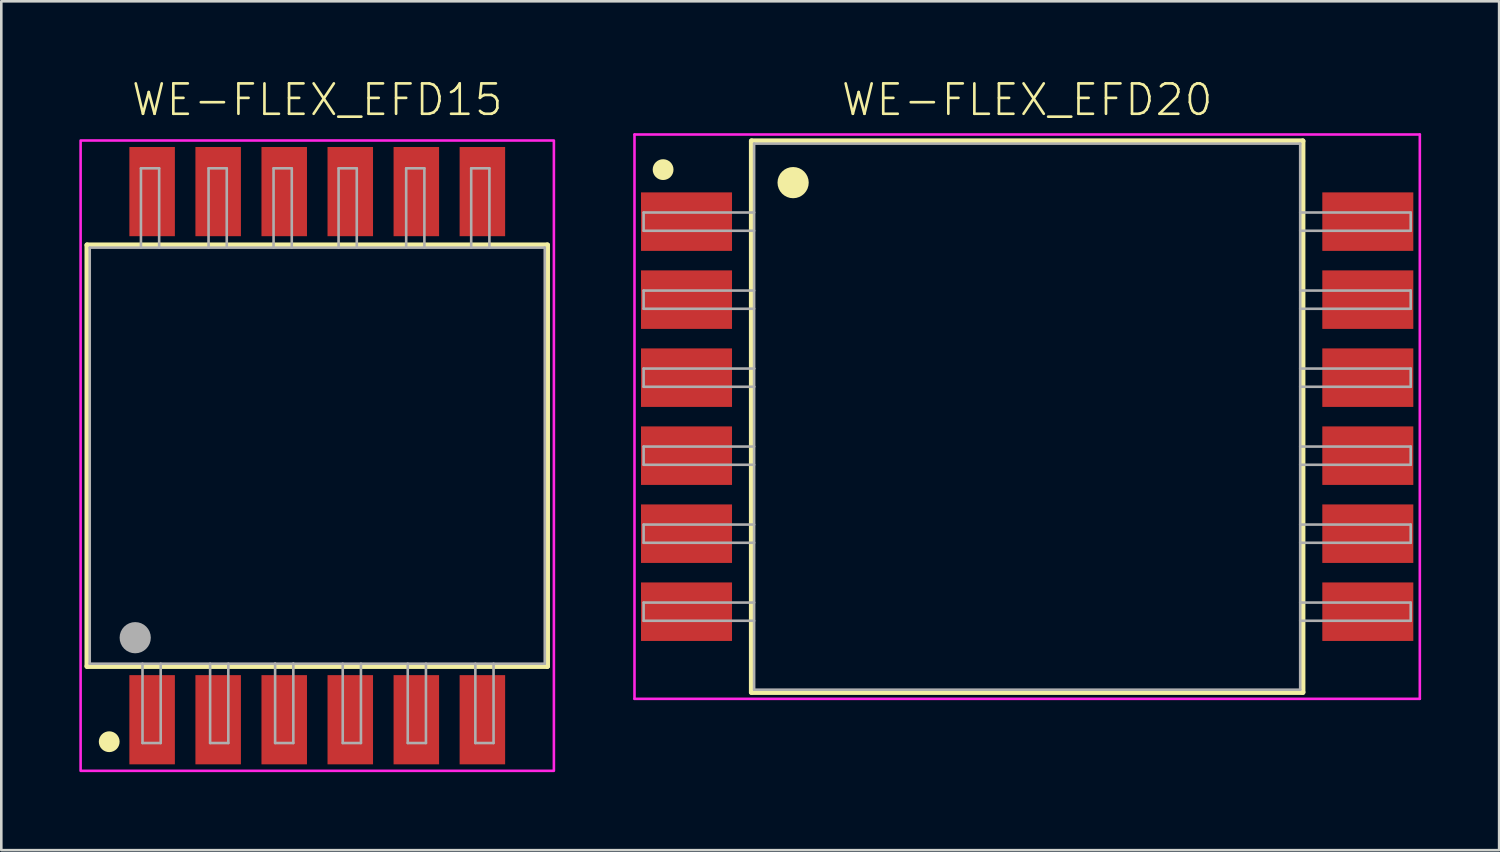
<source format=kicad_pcb>
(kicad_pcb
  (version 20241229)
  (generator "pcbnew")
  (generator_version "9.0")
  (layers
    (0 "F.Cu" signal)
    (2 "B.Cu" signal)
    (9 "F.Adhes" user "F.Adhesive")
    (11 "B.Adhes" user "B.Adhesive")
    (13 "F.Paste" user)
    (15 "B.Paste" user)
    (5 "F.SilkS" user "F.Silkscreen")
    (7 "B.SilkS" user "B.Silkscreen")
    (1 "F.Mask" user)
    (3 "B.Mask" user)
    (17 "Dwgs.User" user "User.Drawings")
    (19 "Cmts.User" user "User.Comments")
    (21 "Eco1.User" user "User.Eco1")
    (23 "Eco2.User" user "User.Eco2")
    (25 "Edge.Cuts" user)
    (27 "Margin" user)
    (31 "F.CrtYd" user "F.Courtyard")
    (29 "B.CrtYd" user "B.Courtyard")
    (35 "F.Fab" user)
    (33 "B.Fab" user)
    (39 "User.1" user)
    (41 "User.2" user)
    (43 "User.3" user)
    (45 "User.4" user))
  (footprint "WE-FLEX_EFD15"
    (layer "F.Cu")
    (at 9.15 14.473)
    (property "Reference" "WE-FLEX_EFD15" (at 0 -13 0) (unlocked yes) (layer "F.SilkS") (effects (font (size 1.168 1.168) (thickness 0.102)) (justify bottom)))
    (fp_line (start -8.85 -8.1) (end -8.85 8.1) (stroke (width 0.2) (type solid)) (layer "F.SilkS"))
    (fp_line (start -8.85 8.1) (end 8.85 8.1) (stroke (width 0.2) (type solid)) (layer "F.SilkS"))
    (fp_line (start 8.85 -8.1) (end -8.85 -8.1) (stroke (width 0.2) (type solid)) (layer "F.SilkS"))
    (fp_line (start 8.85 8.1) (end 8.85 -8.1) (stroke (width 0.2) (type solid)) (layer "F.SilkS"))
    (fp_circle (center -8 11) (end -7.8 11) (stroke (width 0.4) (type solid)) (fill no) (layer "F.SilkS"))
    (fp_poly (pts (xy 9.1 12.12) (xy -9.1 12.12) (xy -9.1 -12.12) (xy 9.1 -12.12)) (stroke (width 0.1) (type default)) (fill no) (layer "F.CrtYd"))
    (fp_line (start -8.75 -8) (end -8.75 8) (stroke (width 0.1) (type solid)) (layer "F.Fab"))
    (fp_line (start -8.75 8) (end -1.62 8) (stroke (width 0.1) (type solid)) (layer "F.Fab"))
    (fp_line (start -6.78 -11.05) (end -6.78 -8) (stroke (width 0.1) (type solid)) (layer "F.Fab"))
    (fp_line (start -6.72 8) (end -6.72 11.05) (stroke (width 0.1) (type solid)) (layer "F.Fab"))
    (fp_line (start -6.72 11.05) (end -6.02 11.05) (stroke (width 0.1) (type solid)) (layer "F.Fab"))
    (fp_line (start -6.08 -11.05) (end -6.78 -11.05) (stroke (width 0.1) (type solid)) (layer "F.Fab"))
    (fp_line (start -6.08 -8) (end -6.08 -11.05) (stroke (width 0.1) (type solid)) (layer "F.Fab"))
    (fp_line (start -6.02 11.05) (end -6.02 8) (stroke (width 0.1) (type solid)) (layer "F.Fab"))
    (fp_line (start -4.18 -11.05) (end -4.18 -8) (stroke (width 0.1) (type solid)) (layer "F.Fab"))
    (fp_line (start -4.12 8) (end -4.12 11.05) (stroke (width 0.1) (type solid)) (layer "F.Fab"))
    (fp_line (start -4.12 11.05) (end -3.42 11.05) (stroke (width 0.1) (type solid)) (layer "F.Fab"))
    (fp_line (start -3.48 -11.05) (end -4.18 -11.05) (stroke (width 0.1) (type solid)) (layer "F.Fab"))
    (fp_line (start -3.48 -8) (end -3.48 -11.05) (stroke (width 0.1) (type solid)) (layer "F.Fab"))
    (fp_line (start -3.42 11.05) (end -3.42 8) (stroke (width 0.1) (type solid)) (layer "F.Fab"))
    (fp_line (start -1.68 -11.05) (end -1.68 -8) (stroke (width 0.1) (type solid)) (layer "F.Fab"))
    (fp_line (start -1.62 8) (end -1.62 11.05) (stroke (width 0.1) (type solid)) (layer "F.Fab"))
    (fp_line (start -1.62 8) (end -0.92 8) (stroke (width 0.1) (type solid)) (layer "F.Fab"))
    (fp_line (start -1.62 11.05) (end -0.92 11.05) (stroke (width 0.1) (type solid)) (layer "F.Fab"))
    (fp_line (start -0.98 -11.05) (end -1.68 -11.05) (stroke (width 0.1) (type solid)) (layer "F.Fab"))
    (fp_line (start -0.98 -8) (end -0.98 -11.05) (stroke (width 0.1) (type solid)) (layer "F.Fab"))
    (fp_line (start -0.92 8) (end 8.75 8) (stroke (width 0.1) (type solid)) (layer "F.Fab"))
    (fp_line (start -0.92 11.05) (end -0.92 8) (stroke (width 0.1) (type solid)) (layer "F.Fab"))
    (fp_line (start 0.82 -11.05) (end 0.82 -8) (stroke (width 0.1) (type solid)) (layer "F.Fab"))
    (fp_line (start 0.98 8) (end 0.98 11.05) (stroke (width 0.1) (type solid)) (layer "F.Fab"))
    (fp_line (start 0.98 11.05) (end 1.68 11.05) (stroke (width 0.1) (type solid)) (layer "F.Fab"))
    (fp_line (start 1.52 -11.05) (end 0.82 -11.05) (stroke (width 0.1) (type solid)) (layer "F.Fab"))
    (fp_line (start 1.52 -8) (end 1.52 -11.05) (stroke (width 0.1) (type solid)) (layer "F.Fab"))
    (fp_line (start 1.68 11.05) (end 1.68 8) (stroke (width 0.1) (type solid)) (layer "F.Fab"))
    (fp_line (start 3.42 -11.05) (end 3.42 -8) (stroke (width 0.1) (type solid)) (layer "F.Fab"))
    (fp_line (start 3.48 8) (end 3.48 11.05) (stroke (width 0.1) (type solid)) (layer "F.Fab"))
    (fp_line (start 3.48 11.05) (end 4.18 11.05) (stroke (width 0.1) (type solid)) (layer "F.Fab"))
    (fp_line (start 4.12 -11.05) (end 3.42 -11.05) (stroke (width 0.1) (type solid)) (layer "F.Fab"))
    (fp_line (start 4.12 -8) (end 4.12 -11.05) (stroke (width 0.1) (type solid)) (layer "F.Fab"))
    (fp_line (start 4.18 11.05) (end 4.18 8) (stroke (width 0.1) (type solid)) (layer "F.Fab"))
    (fp_line (start 5.92 -11.05) (end 5.92 -8) (stroke (width 0.1) (type solid)) (layer "F.Fab"))
    (fp_line (start 6.08 8) (end 6.08 11.05) (stroke (width 0.1) (type solid)) (layer "F.Fab"))
    (fp_line (start 6.08 11.05) (end 6.78 11.05) (stroke (width 0.1) (type solid)) (layer "F.Fab"))
    (fp_line (start 6.62 -11.05) (end 5.92 -11.05) (stroke (width 0.1) (type solid)) (layer "F.Fab"))
    (fp_line (start 6.62 -8) (end 6.62 -11.05) (stroke (width 0.1) (type solid)) (layer "F.Fab"))
    (fp_line (start 6.78 11.05) (end 6.78 8) (stroke (width 0.1) (type solid)) (layer "F.Fab"))
    (fp_line (start 8.75 -8) (end -8.75 -8) (stroke (width 0.1) (type solid)) (layer "F.Fab"))
    (fp_line (start 8.75 8) (end 8.75 -8) (stroke (width 0.1) (type solid)) (layer "F.Fab"))
    (fp_circle (center -7 7) (end -6.7 7) (stroke (width 0.6) (type solid)) (fill no) (layer "F.Fab"))
    (pad "1" smd rect (at -6.35 10.155) (size 1.75 3.43) (layers "F.Cu" "F.Mask" "F.Paste"))
    (pad "2" smd rect (at -3.81 10.155) (size 1.75 3.43) (layers "F.Cu" "F.Mask" "F.Paste"))
    (pad "3" smd rect (at -1.27 10.155) (size 1.75 3.43) (layers "F.Cu" "F.Mask" "F.Paste"))
    (pad "4" smd rect (at 1.27 10.155) (size 1.75 3.43) (layers "F.Cu" "F.Mask" "F.Paste"))
    (pad "5" smd rect (at 3.81 10.155) (size 1.75 3.43) (layers "F.Cu" "F.Mask" "F.Paste"))
    (pad "6" smd rect (at 6.35 10.155) (size 1.75 3.43) (layers "F.Cu" "F.Mask" "F.Paste"))
    (pad "7" smd rect (at 6.35 -10.155) (size 1.75 3.43) (layers "F.Cu" "F.Mask" "F.Paste"))
    (pad "8" smd rect (at 3.81 -10.155) (size 1.75 3.43) (layers "F.Cu" "F.Mask" "F.Paste"))
    (pad "9" smd rect (at 1.27 -10.155) (size 1.75 3.43) (layers "F.Cu" "F.Mask" "F.Paste"))
    (pad "10" smd rect (at -1.27 -10.155) (size 1.75 3.43) (layers "F.Cu" "F.Mask" "F.Paste"))
    (pad "11" smd rect (at -3.81 -10.155) (size 1.75 3.43) (layers "F.Cu" "F.Mask" "F.Paste"))
    (pad "12" smd rect (at -6.35 -10.155) (size 1.75 3.43) (layers "F.Cu" "F.Mask" "F.Paste")))
  (footprint "WE-FLEX_EFD20"
    (layer "F.Cu")
    (at 36.45 12.973)
    (property "Reference" "WE-FLEX_EFD20" (at 0 -11.5 0) (unlocked yes) (layer "F.SilkS") (effects (font (size 1.168 1.168) (thickness 0.102)) (justify bottom)))
    (fp_line (start -10.6 -10.6) (end 10.6 -10.6) (stroke (width 0.2) (type solid)) (layer "F.SilkS"))
    (fp_line (start -10.6 10.6) (end -10.6 -10.6) (stroke (width 0.2) (type solid)) (layer "F.SilkS"))
    (fp_line (start 10.6 -10.6) (end 10.6 10.6) (stroke (width 0.2) (type solid)) (layer "F.SilkS"))
    (fp_line (start 10.6 10.6) (end -10.6 10.6) (stroke (width 0.2) (type solid)) (layer "F.SilkS"))
    (fp_circle (center -14 -9.5) (end -13.8 -9.5) (stroke (width 0.4) (type solid)) (fill no) (layer "F.SilkS"))
    (fp_circle (center -9 -9) (end -8.7 -9) (stroke (width 0.6) (type solid)) (fill no) (layer "F.SilkS"))
    (fp_line (start -15.1 -10.85) (end 15.1 -10.85) (stroke (width 0.1) (type solid)) (layer "F.CrtYd"))
    (fp_line (start -15.1 10.85) (end -15.1 -10.85) (stroke (width 0.1) (type solid)) (layer "F.CrtYd"))
    (fp_line (start 15.1 -10.85) (end 15.1 10.85) (stroke (width 0.1) (type solid)) (layer "F.CrtYd"))
    (fp_line (start 15.1 10.85) (end -15.1 10.85) (stroke (width 0.1) (type solid)) (layer "F.CrtYd"))
    (fp_line (start -14.75 -7.85) (end -14.75 -7.15) (stroke (width 0.1) (type solid)) (layer "F.Fab"))
    (fp_line (start -14.75 -7.85) (end -10.5 -7.85) (stroke (width 0.1) (type solid)) (layer "F.Fab"))
    (fp_line (start -14.75 -7.15) (end -10.5 -7.15) (stroke (width 0.1) (type solid)) (layer "F.Fab"))
    (fp_line (start -14.75 -4.85) (end -14.75 -4.15) (stroke (width 0.1) (type solid)) (layer "F.Fab"))
    (fp_line (start -14.75 -4.85) (end -10.5 -4.85) (stroke (width 0.1) (type solid)) (layer "F.Fab"))
    (fp_line (start -14.75 -4.15) (end -10.5 -4.15) (stroke (width 0.1) (type solid)) (layer "F.Fab"))
    (fp_line (start -14.75 -1.85) (end -14.75 -1.15) (stroke (width 0.1) (type solid)) (layer "F.Fab"))
    (fp_line (start -14.75 -1.85) (end -10.5 -1.85) (stroke (width 0.1) (type solid)) (layer "F.Fab"))
    (fp_line (start -14.75 -1.15) (end -10.5 -1.15) (stroke (width 0.1) (type solid)) (layer "F.Fab"))
    (fp_line (start -14.75 1.15) (end -14.75 1.85) (stroke (width 0.1) (type solid)) (layer "F.Fab"))
    (fp_line (start -14.75 1.15) (end -10.5 1.15) (stroke (width 0.1) (type solid)) (layer "F.Fab"))
    (fp_line (start -14.75 1.85) (end -10.5 1.85) (stroke (width 0.1) (type solid)) (layer "F.Fab"))
    (fp_line (start -14.75 4.15) (end -14.75 4.85) (stroke (width 0.1) (type solid)) (layer "F.Fab"))
    (fp_line (start -14.75 4.15) (end -10.5 4.15) (stroke (width 0.1) (type solid)) (layer "F.Fab"))
    (fp_line (start -14.75 4.85) (end -10.5 4.85) (stroke (width 0.1) (type solid)) (layer "F.Fab"))
    (fp_line (start -14.75 7.15) (end -14.75 7.85) (stroke (width 0.1) (type solid)) (layer "F.Fab"))
    (fp_line (start -14.75 7.15) (end -10.5 7.15) (stroke (width 0.1) (type solid)) (layer "F.Fab"))
    (fp_line (start -14.75 7.85) (end -10.5 7.85) (stroke (width 0.1) (type solid)) (layer "F.Fab"))
    (fp_line (start -10.5 -10.5) (end -10.5 -1.85) (stroke (width 0.1) (type solid)) (layer "F.Fab"))
    (fp_line (start -10.5 -1.85) (end -10.5 -1.15) (stroke (width 0.1) (type solid)) (layer "F.Fab"))
    (fp_line (start -10.5 -1.15) (end -10.5 10.5) (stroke (width 0.1) (type solid)) (layer "F.Fab"))
    (fp_line (start -10.5 10.5) (end 10.5 10.5) (stroke (width 0.1) (type solid)) (layer "F.Fab"))
    (fp_line (start 10.5 -10.5) (end -10.5 -10.5) (stroke (width 0.1) (type solid)) (layer "F.Fab"))
    (fp_line (start 10.5 -10.5) (end 10.5 10.5) (stroke (width 0.1) (type solid)) (layer "F.Fab"))
    (fp_line (start 14.75 -7.85) (end 10.5 -7.85) (stroke (width 0.1) (type solid)) (layer "F.Fab"))
    (fp_line (start 14.75 -7.15) (end 10.5 -7.15) (stroke (width 0.1) (type solid)) (layer "F.Fab"))
    (fp_line (start 14.75 -7.15) (end 14.75 -7.85) (stroke (width 0.1) (type solid)) (layer "F.Fab"))
    (fp_line (start 14.75 -4.85) (end 10.5 -4.85) (stroke (width 0.1) (type solid)) (layer "F.Fab"))
    (fp_line (start 14.75 -4.15) (end 10.5 -4.15) (stroke (width 0.1) (type solid)) (layer "F.Fab"))
    (fp_line (start 14.75 -4.15) (end 14.75 -4.85) (stroke (width 0.1) (type solid)) (layer "F.Fab"))
    (fp_line (start 14.75 -1.85) (end 10.5 -1.85) (stroke (width 0.1) (type solid)) (layer "F.Fab"))
    (fp_line (start 14.75 -1.15) (end 10.5 -1.15) (stroke (width 0.1) (type solid)) (layer "F.Fab"))
    (fp_line (start 14.75 -1.15) (end 14.75 -1.85) (stroke (width 0.1) (type solid)) (layer "F.Fab"))
    (fp_line (start 14.75 1.15) (end 10.5 1.15) (stroke (width 0.1) (type solid)) (layer "F.Fab"))
    (fp_line (start 14.75 1.85) (end 10.5 1.85) (stroke (width 0.1) (type solid)) (layer "F.Fab"))
    (fp_line (start 14.75 1.85) (end 14.75 1.15) (stroke (width 0.1) (type solid)) (layer "F.Fab"))
    (fp_line (start 14.75 4.15) (end 10.5 4.15) (stroke (width 0.1) (type solid)) (layer "F.Fab"))
    (fp_line (start 14.75 4.85) (end 10.5 4.85) (stroke (width 0.1) (type solid)) (layer "F.Fab"))
    (fp_line (start 14.75 4.85) (end 14.75 4.15) (stroke (width 0.1) (type solid)) (layer "F.Fab"))
    (fp_line (start 14.75 7.15) (end 10.5 7.15) (stroke (width 0.1) (type solid)) (layer "F.Fab"))
    (fp_line (start 14.75 7.85) (end 10.5 7.85) (stroke (width 0.1) (type solid)) (layer "F.Fab"))
    (fp_line (start 14.75 7.85) (end 14.75 7.15) (stroke (width 0.1) (type solid)) (layer "F.Fab"))
    (pad "1" smd rect (at -13.1 -7.5 270) (size 2.25 3.5) (layers "F.Cu" "F.Mask" "F.Paste"))
    (pad "2" smd rect (at -13.1 -4.5 270) (size 2.25 3.5) (layers "F.Cu" "F.Mask" "F.Paste"))
    (pad "3" smd rect (at -13.1 -1.5 270) (size 2.25 3.5) (layers "F.Cu" "F.Mask" "F.Paste"))
    (pad "4" smd rect (at -13.1 1.5 270) (size 2.25 3.5) (layers "F.Cu" "F.Mask" "F.Paste"))
    (pad "5" smd rect (at -13.1 4.5 270) (size 2.25 3.5) (layers "F.Cu" "F.Mask" "F.Paste"))
    (pad "6" smd rect (at -13.1 7.5 270) (size 2.25 3.5) (layers "F.Cu" "F.Mask" "F.Paste"))
    (pad "7" smd rect (at 13.1 7.5 270) (size 2.25 3.5) (layers "F.Cu" "F.Mask" "F.Paste"))
    (pad "8" smd rect (at 13.1 4.5 270) (size 2.25 3.5) (layers "F.Cu" "F.Mask" "F.Paste"))
    (pad "9" smd rect (at 13.1 1.5 270) (size 2.25 3.5) (layers "F.Cu" "F.Mask" "F.Paste"))
    (pad "10" smd rect (at 13.1 -1.5 270) (size 2.25 3.5) (layers "F.Cu" "F.Mask" "F.Paste"))
    (pad "11" smd rect (at 13.1 -4.5 270) (size 2.25 3.5) (layers "F.Cu" "F.Mask" "F.Paste"))
    (pad "12" smd rect (at 13.1 -7.5 270) (size 2.25 3.5) (layers "F.Cu" "F.Mask" "F.Paste")))
  (gr_rect
    (start -3 -3)
    (end 54.6 29.643)
    (stroke (width 0.1) (type default))
    (fill no)
    (layer "Edge.Cuts")))
</source>
